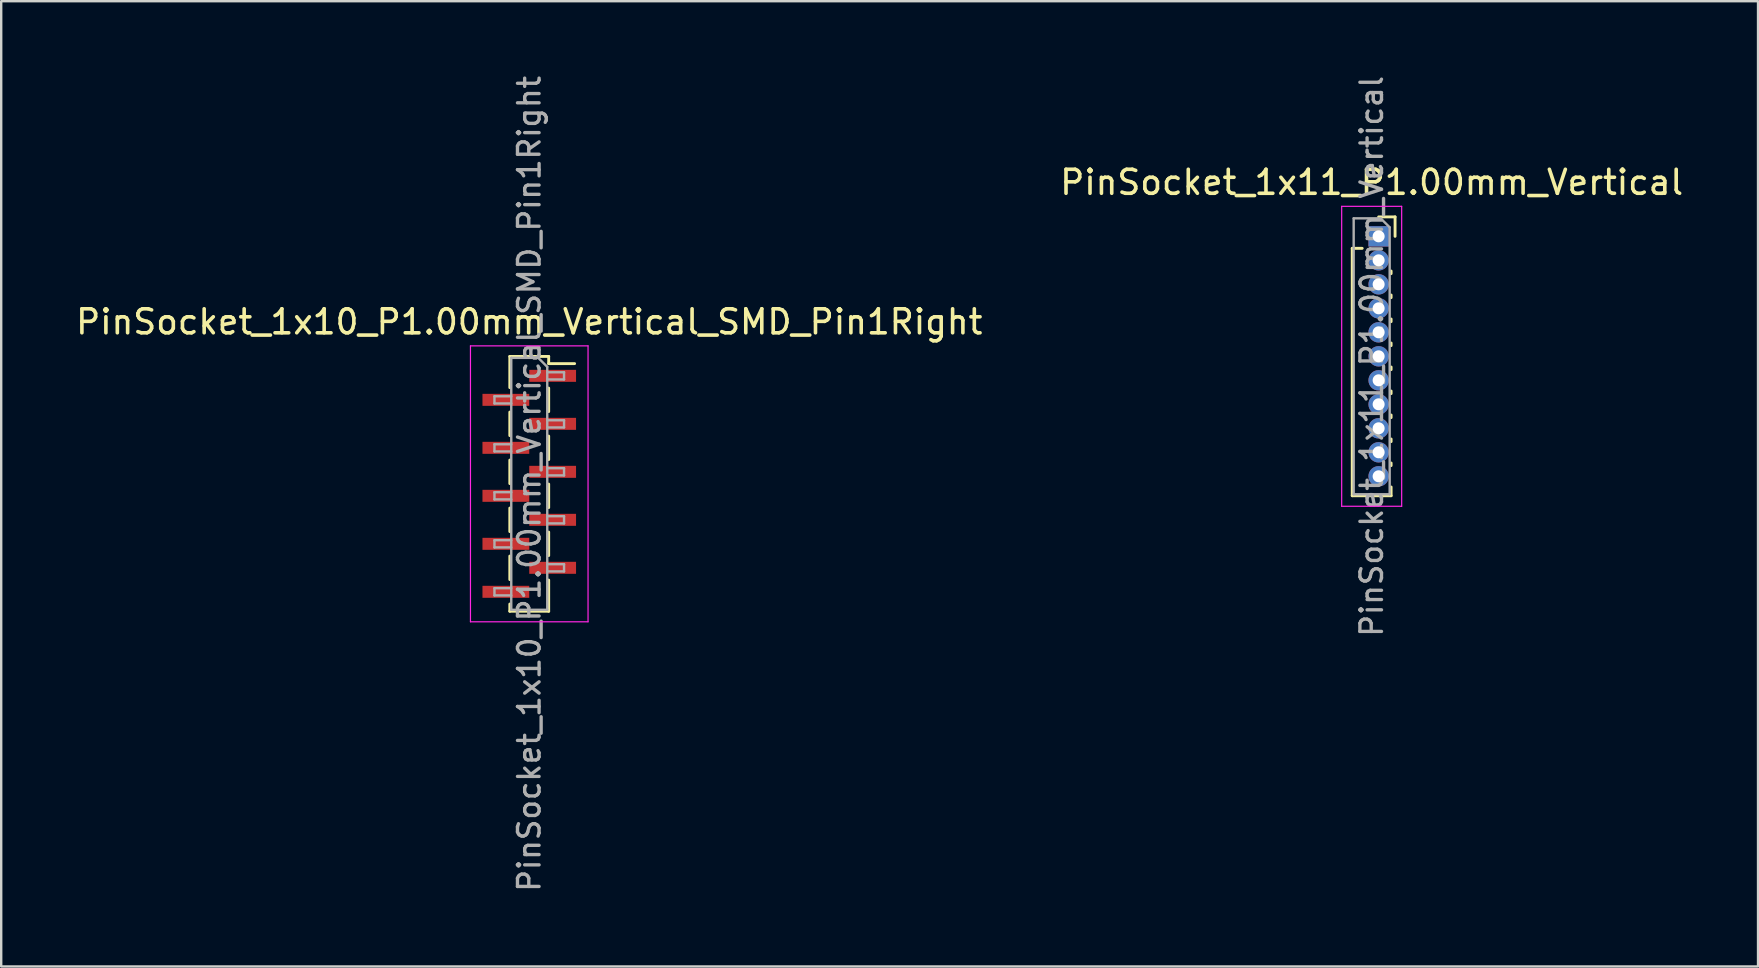
<source format=kicad_pcb>
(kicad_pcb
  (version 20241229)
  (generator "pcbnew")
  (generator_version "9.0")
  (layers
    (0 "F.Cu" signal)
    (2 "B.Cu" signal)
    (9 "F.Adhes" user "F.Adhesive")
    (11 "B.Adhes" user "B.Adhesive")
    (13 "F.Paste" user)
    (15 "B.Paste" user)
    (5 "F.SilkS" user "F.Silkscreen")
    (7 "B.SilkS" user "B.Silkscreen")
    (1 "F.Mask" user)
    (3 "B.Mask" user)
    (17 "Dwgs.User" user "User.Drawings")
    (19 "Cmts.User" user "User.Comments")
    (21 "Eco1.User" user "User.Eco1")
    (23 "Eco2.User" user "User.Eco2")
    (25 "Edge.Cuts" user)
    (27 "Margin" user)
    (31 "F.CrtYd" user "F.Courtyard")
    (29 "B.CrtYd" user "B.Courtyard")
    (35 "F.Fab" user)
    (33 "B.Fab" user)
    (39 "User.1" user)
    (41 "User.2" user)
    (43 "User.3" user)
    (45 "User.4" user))
  (footprint "PinSocket_1x10_P1.00mm_Vertical_SMD_Pin1Right"
    (layer "F.Cu")
    (at 19.006 17.113)
    (property "Reference" "PinSocket_1x10_P1.00mm_Vertical_SMD_Pin1Right" (at 0 -6.75 0) (layer "F.SilkS") (effects (font (size 1 1) (thickness 0.15))))
    (attr smd)
    (fp_line (start -0.81 -5.31) (end -0.81 -4.01) (stroke (width 0.12) (type solid)) (layer "F.SilkS"))
    (fp_line (start -0.81 -5.31) (end 0.81 -5.31) (stroke (width 0.12) (type solid)) (layer "F.SilkS"))
    (fp_line (start -0.81 -2.99) (end -0.81 -2.01) (stroke (width 0.12) (type solid)) (layer "F.SilkS"))
    (fp_line (start -0.81 -0.99) (end -0.81 -0.01) (stroke (width 0.12) (type solid)) (layer "F.SilkS"))
    (fp_line (start -0.81 1.01) (end -0.81 1.99) (stroke (width 0.12) (type solid)) (layer "F.SilkS"))
    (fp_line (start -0.81 3.01) (end -0.81 3.99) (stroke (width 0.12) (type solid)) (layer "F.SilkS"))
    (fp_line (start -0.81 5.01) (end -0.81 5.31) (stroke (width 0.12) (type solid)) (layer "F.SilkS"))
    (fp_line (start -0.81 5.31) (end 0.81 5.31) (stroke (width 0.12) (type solid)) (layer "F.SilkS"))
    (fp_line (start 0.81 -5.31) (end 0.81 -5.01) (stroke (width 0.12) (type solid)) (layer "F.SilkS"))
    (fp_line (start 0.81 -5.01) (end 1.89 -5.01) (stroke (width 0.12) (type solid)) (layer "F.SilkS"))
    (fp_line (start 0.81 -3.99) (end 0.81 -3.01) (stroke (width 0.12) (type solid)) (layer "F.SilkS"))
    (fp_line (start 0.81 -1.99) (end 0.81 -1.01) (stroke (width 0.12) (type solid)) (layer "F.SilkS"))
    (fp_line (start 0.81 0.01) (end 0.81 0.99) (stroke (width 0.12) (type solid)) (layer "F.SilkS"))
    (fp_line (start 0.81 2.01) (end 0.81 2.99) (stroke (width 0.12) (type solid)) (layer "F.SilkS"))
    (fp_line (start 0.81 4.01) (end 0.81 5.31) (stroke (width 0.12) (type solid)) (layer "F.SilkS"))
    (fp_line (start -2.45 -5.75) (end 2.45 -5.75) (stroke (width 0.05) (type solid)) (layer "F.CrtYd"))
    (fp_line (start -2.45 5.75) (end -2.45 -5.75) (stroke (width 0.05) (type solid)) (layer "F.CrtYd"))
    (fp_line (start 2.45 -5.75) (end 2.45 5.75) (stroke (width 0.05) (type solid)) (layer "F.CrtYd"))
    (fp_line (start 2.45 5.75) (end -2.45 5.75) (stroke (width 0.05) (type solid)) (layer "F.CrtYd"))
    (fp_line (start -1.45 -3.65) (end -0.75 -3.65) (stroke (width 0.1) (type solid)) (layer "F.Fab"))
    (fp_line (start -1.45 -3.35) (end -1.45 -3.65) (stroke (width 0.1) (type solid)) (layer "F.Fab"))
    (fp_line (start -1.45 -1.65) (end -0.75 -1.65) (stroke (width 0.1) (type solid)) (layer "F.Fab"))
    (fp_line (start -1.45 -1.35) (end -1.45 -1.65) (stroke (width 0.1) (type solid)) (layer "F.Fab"))
    (fp_line (start -1.45 0.35) (end -0.75 0.35) (stroke (width 0.1) (type solid)) (layer "F.Fab"))
    (fp_line (start -1.45 0.65) (end -1.45 0.35) (stroke (width 0.1) (type solid)) (layer "F.Fab"))
    (fp_line (start -1.45 2.35) (end -0.75 2.35) (stroke (width 0.1) (type solid)) (layer "F.Fab"))
    (fp_line (start -1.45 2.65) (end -1.45 2.35) (stroke (width 0.1) (type solid)) (layer "F.Fab"))
    (fp_line (start -1.45 4.35) (end -0.75 4.35) (stroke (width 0.1) (type solid)) (layer "F.Fab"))
    (fp_line (start -1.45 4.65) (end -1.45 4.35) (stroke (width 0.1) (type solid)) (layer "F.Fab"))
    (fp_line (start -0.75 -5.25) (end 0.375 -5.25) (stroke (width 0.1) (type solid)) (layer "F.Fab"))
    (fp_line (start -0.75 -3.35) (end -1.45 -3.35) (stroke (width 0.1) (type solid)) (layer "F.Fab"))
    (fp_line (start -0.75 -1.35) (end -1.45 -1.35) (stroke (width 0.1) (type solid)) (layer "F.Fab"))
    (fp_line (start -0.75 0.65) (end -1.45 0.65) (stroke (width 0.1) (type solid)) (layer "F.Fab"))
    (fp_line (start -0.75 2.65) (end -1.45 2.65) (stroke (width 0.1) (type solid)) (layer "F.Fab"))
    (fp_line (start -0.75 4.65) (end -1.45 4.65) (stroke (width 0.1) (type solid)) (layer "F.Fab"))
    (fp_line (start -0.75 5.25) (end -0.75 -5.25) (stroke (width 0.1) (type solid)) (layer "F.Fab"))
    (fp_line (start 0.375 -5.25) (end 0.75 -4.875) (stroke (width 0.1) (type solid)) (layer "F.Fab"))
    (fp_line (start 0.75 -4.875) (end 0.75 5.25) (stroke (width 0.1) (type solid)) (layer "F.Fab"))
    (fp_line (start 0.75 -4.65) (end 1.45 -4.65) (stroke (width 0.1) (type solid)) (layer "F.Fab"))
    (fp_line (start 0.75 -2.65) (end 1.45 -2.65) (stroke (width 0.1) (type solid)) (layer "F.Fab"))
    (fp_line (start 0.75 -0.65) (end 1.45 -0.65) (stroke (width 0.1) (type solid)) (layer "F.Fab"))
    (fp_line (start 0.75 1.35) (end 1.45 1.35) (stroke (width 0.1) (type solid)) (layer "F.Fab"))
    (fp_line (start 0.75 3.35) (end 1.45 3.35) (stroke (width 0.1) (type solid)) (layer "F.Fab"))
    (fp_line (start 0.75 5.25) (end -0.75 5.25) (stroke (width 0.1) (type solid)) (layer "F.Fab"))
    (fp_line (start 1.45 -4.65) (end 1.45 -4.35) (stroke (width 0.1) (type solid)) (layer "F.Fab"))
    (fp_line (start 1.45 -4.35) (end 0.75 -4.35) (stroke (width 0.1) (type solid)) (layer "F.Fab"))
    (fp_line (start 1.45 -2.65) (end 1.45 -2.35) (stroke (width 0.1) (type solid)) (layer "F.Fab"))
    (fp_line (start 1.45 -2.35) (end 0.75 -2.35) (stroke (width 0.1) (type solid)) (layer "F.Fab"))
    (fp_line (start 1.45 -0.65) (end 1.45 -0.35) (stroke (width 0.1) (type solid)) (layer "F.Fab"))
    (fp_line (start 1.45 -0.35) (end 0.75 -0.35) (stroke (width 0.1) (type solid)) (layer "F.Fab"))
    (fp_line (start 1.45 1.35) (end 1.45 1.65) (stroke (width 0.1) (type solid)) (layer "F.Fab"))
    (fp_line (start 1.45 1.65) (end 0.75 1.65) (stroke (width 0.1) (type solid)) (layer "F.Fab"))
    (fp_line (start 1.45 3.35) (end 1.45 3.65) (stroke (width 0.1) (type solid)) (layer "F.Fab"))
    (fp_line (start 1.45 3.65) (end 0.75 3.65) (stroke (width 0.1) (type solid)) (layer "F.Fab"))
    (fp_text user "${REFERENCE}" (at 0 0 90) (layer "F.Fab") (effects (font (size 0.9 0.9) (thickness 0.14))))
    (pad "1" smd rect (at 0.975 -4.5) (size 1.95 0.5) (layers "F.Cu" "F.Mask" "F.Paste"))
    (pad "2" smd rect (at -0.975 -3.5) (size 1.95 0.5) (layers "F.Cu" "F.Mask" "F.Paste"))
    (pad "3" smd rect (at 0.975 -2.5) (size 1.95 0.5) (layers "F.Cu" "F.Mask" "F.Paste"))
    (pad "4" smd rect (at -0.975 -1.5) (size 1.95 0.5) (layers "F.Cu" "F.Mask" "F.Paste"))
    (pad "5" smd rect (at 0.975 -0.5) (size 1.95 0.5) (layers "F.Cu" "F.Mask" "F.Paste"))
    (pad "6" smd rect (at -0.975 0.5) (size 1.95 0.5) (layers "F.Cu" "F.Mask" "F.Paste"))
    (pad "7" smd rect (at 0.975 1.5) (size 1.95 0.5) (layers "F.Cu" "F.Mask" "F.Paste"))
    (pad "8" smd rect (at -0.975 2.5) (size 1.95 0.5) (layers "F.Cu" "F.Mask" "F.Paste"))
    (pad "9" smd rect (at 0.975 3.5) (size 1.95 0.5) (layers "F.Cu" "F.Mask" "F.Paste"))
    (pad "10" smd rect (at -0.975 4.5) (size 1.95 0.5) (layers "F.Cu" "F.Mask" "F.Paste")))
  (footprint "PinSocket_1x11_P1.00mm_Vertical"
    (layer "F.Cu")
    (at 54.403 6.799)
    (property "Reference" "PinSocket_1x11_P1.00mm_Vertical" (at -0.29 -2.25 0) (layer "F.SilkS") (effects (font (size 1 1) (thickness 0.15))))
    (attr through_hole)
    (fp_line (start -1.1 0.5) (end -1.1 10.81) (stroke (width 0.12) (type solid)) (layer "F.SilkS"))
    (fp_line (start -1.1 0.5) (end -0.685 0.5) (stroke (width 0.12) (type solid)) (layer "F.SilkS"))
    (fp_line (start -1.1 10.81) (end 0.52 10.81) (stroke (width 0.12) (type solid)) (layer "F.SilkS"))
    (fp_line (start 0 -0.81) (end 0.685 -0.81) (stroke (width 0.12) (type solid)) (layer "F.SilkS"))
    (fp_line (start 0.52 1.446) (end 0.52 1.554) (stroke (width 0.12) (type solid)) (layer "F.SilkS"))
    (fp_line (start 0.52 2.446) (end 0.52 2.554) (stroke (width 0.12) (type solid)) (layer "F.SilkS"))
    (fp_line (start 0.52 3.446) (end 0.52 3.554) (stroke (width 0.12) (type solid)) (layer "F.SilkS"))
    (fp_line (start 0.52 4.446) (end 0.52 4.554) (stroke (width 0.12) (type solid)) (layer "F.SilkS"))
    (fp_line (start 0.52 5.446) (end 0.52 5.554) (stroke (width 0.12) (type solid)) (layer "F.SilkS"))
    (fp_line (start 0.52 6.446) (end 0.52 6.554) (stroke (width 0.12) (type solid)) (layer "F.SilkS"))
    (fp_line (start 0.52 7.446) (end 0.52 7.554) (stroke (width 0.12) (type solid)) (layer "F.SilkS"))
    (fp_line (start 0.52 8.446) (end 0.52 8.554) (stroke (width 0.12) (type solid)) (layer "F.SilkS"))
    (fp_line (start 0.52 9.446) (end 0.52 9.554) (stroke (width 0.12) (type solid)) (layer "F.SilkS"))
    (fp_line (start 0.52 10.446) (end 0.52 10.81) (stroke (width 0.12) (type solid)) (layer "F.SilkS"))
    (fp_line (start 0.685 -0.81) (end 0.685 0) (stroke (width 0.12) (type solid)) (layer "F.SilkS"))
    (fp_line (start -1.54 -1.25) (end 0.96 -1.25) (stroke (width 0.05) (type solid)) (layer "F.CrtYd"))
    (fp_line (start -1.54 11.25) (end -1.54 -1.25) (stroke (width 0.05) (type solid)) (layer "F.CrtYd"))
    (fp_line (start 0.96 -1.25) (end 0.96 11.25) (stroke (width 0.05) (type solid)) (layer "F.CrtYd"))
    (fp_line (start 0.96 11.25) (end -1.54 11.25) (stroke (width 0.05) (type solid)) (layer "F.CrtYd"))
    (fp_line (start -1.04 -0.75) (end 0.085 -0.75) (stroke (width 0.1) (type solid)) (layer "F.Fab"))
    (fp_line (start -1.04 10.75) (end -1.04 -0.75) (stroke (width 0.1) (type solid)) (layer "F.Fab"))
    (fp_line (start 0.085 -0.75) (end 0.46 -0.375) (stroke (width 0.1) (type solid)) (layer "F.Fab"))
    (fp_line (start 0.46 -0.375) (end 0.46 10.75) (stroke (width 0.1) (type solid)) (layer "F.Fab"))
    (fp_line (start 0.46 10.75) (end -1.04 10.75) (stroke (width 0.1) (type solid)) (layer "F.Fab"))
    (fp_text user "${REFERENCE}" (at -0.29 5 90) (layer "F.Fab") (effects (font (size 0.9 0.9) (thickness 0.14))))
    (pad "1" thru_hole rect (at 0 0) (size 0.85 0.85) (drill 0.5) (layers "*.Cu" "*.Mask"))
    (pad "2" thru_hole oval (at 0 1) (size 0.85 0.85) (drill 0.5) (layers "*.Cu" "*.Mask"))
    (pad "3" thru_hole oval (at 0 2) (size 0.85 0.85) (drill 0.5) (layers "*.Cu" "*.Mask"))
    (pad "4" thru_hole oval (at 0 3) (size 0.85 0.85) (drill 0.5) (layers "*.Cu" "*.Mask"))
    (pad "5" thru_hole oval (at 0 4) (size 0.85 0.85) (drill 0.5) (layers "*.Cu" "*.Mask"))
    (pad "6" thru_hole oval (at 0 5) (size 0.85 0.85) (drill 0.5) (layers "*.Cu" "*.Mask"))
    (pad "7" thru_hole oval (at 0 6) (size 0.85 0.85) (drill 0.5) (layers "*.Cu" "*.Mask"))
    (pad "8" thru_hole oval (at 0 7) (size 0.85 0.85) (drill 0.5) (layers "*.Cu" "*.Mask"))
    (pad "9" thru_hole oval (at 0 8) (size 0.85 0.85) (drill 0.5) (layers "*.Cu" "*.Mask"))
    (pad "10" thru_hole oval (at 0 9) (size 0.85 0.85) (drill 0.5) (layers "*.Cu" "*.Mask"))
    (pad "11" thru_hole oval (at 0 10) (size 0.85 0.85) (drill 0.5) (layers "*.Cu" "*.Mask")))
  (gr_rect
    (start -3 -3)
    (end 70.214 37.226)
    (stroke (width 0.1) (type default))
    (fill no)
    (layer "Edge.Cuts")))
</source>
